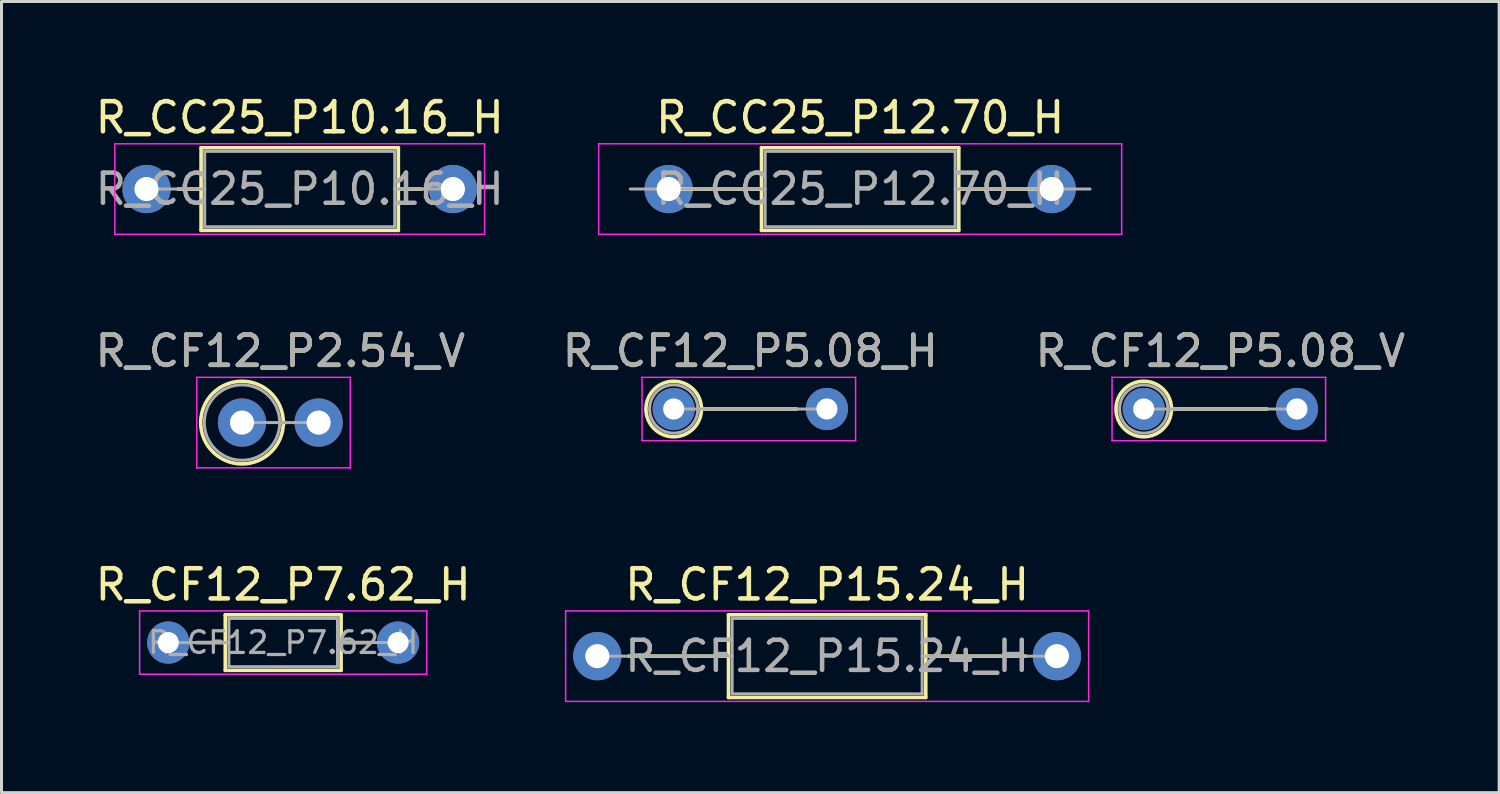
<source format=kicad_pcb>
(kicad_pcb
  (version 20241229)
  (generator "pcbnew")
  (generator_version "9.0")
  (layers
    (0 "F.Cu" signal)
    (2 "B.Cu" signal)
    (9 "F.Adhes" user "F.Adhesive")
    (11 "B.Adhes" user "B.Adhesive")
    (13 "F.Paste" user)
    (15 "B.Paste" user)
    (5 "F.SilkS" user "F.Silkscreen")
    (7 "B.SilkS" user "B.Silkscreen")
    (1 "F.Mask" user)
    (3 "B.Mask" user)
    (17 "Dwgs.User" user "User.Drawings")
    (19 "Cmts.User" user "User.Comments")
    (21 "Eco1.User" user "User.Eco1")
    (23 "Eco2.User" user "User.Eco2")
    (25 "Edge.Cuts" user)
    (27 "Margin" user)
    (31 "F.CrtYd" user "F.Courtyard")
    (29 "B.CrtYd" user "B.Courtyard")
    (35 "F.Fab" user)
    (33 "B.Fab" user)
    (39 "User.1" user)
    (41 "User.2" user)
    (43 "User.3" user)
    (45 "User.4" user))
  (footprint "R_CF12_P2.54_V"
    (layer "F.Cu")
    (at 6.244 10.961)
    (property "Reference" "R_CF12_P2.54_V" (at 0 -2.37 0) (layer "F.SilkS") (effects (font (size 1 1) (thickness 0.15))))
    (attr through_hole)
    (fp_line (start 0.1 0) (end 0.17 0) (stroke (width 0.12) (type solid)) (layer "F.SilkS"))
    (fp_circle (center -1.27 0) (end 0.1 0) (stroke (width 0.12) (type solid)) (fill no) (layer "F.SilkS"))
    (fp_line (start -2.77 -1.5) (end -2.77 1.5) (stroke (width 0.05) (type solid)) (layer "F.CrtYd"))
    (fp_line (start -2.77 1.5) (end 2.32 1.5) (stroke (width 0.05) (type solid)) (layer "F.CrtYd"))
    (fp_line (start 2.32 -1.5) (end -2.77 -1.5) (stroke (width 0.05) (type solid)) (layer "F.CrtYd"))
    (fp_line (start 2.32 1.5) (end 2.32 -1.5) (stroke (width 0.05) (type solid)) (layer "F.CrtYd"))
    (fp_line (start -1.27 0) (end 1.27 0) (stroke (width 0.1) (type solid)) (layer "F.Fab"))
    (fp_circle (center -1.27 0) (end -0.02 0) (stroke (width 0.1) (type solid)) (fill no) (layer "F.Fab"))
    (fp_text user "${REFERENCE}" (at 0 -2.37 0) (layer "F.Fab") (effects (font (size 1 1) (thickness 0.15))))
    (pad "1" thru_hole circle (at -1.27 0) (size 1.6 1.6) (drill 0.8) (layers "*.Cu" "*.Mask"))
    (pad "2" thru_hole oval (at 1.27 0) (size 1.6 1.6) (drill 0.8) (layers "*.Cu" "*.Mask")))
  (footprint "R_CF12_P5.08_H"
    (layer "F.Cu")
    (at 21.827 10.511)
    (property "Reference" "R_CF12_P5.08_H" (at 0 -1.92 0) (layer "F.SilkS") (effects (font (size 1 1) (thickness 0.15))))
    (attr through_hole)
    (fp_line (start -1.62 0) (end 1.54 0) (stroke (width 0.12) (type solid)) (layer "F.SilkS"))
    (fp_circle (center -2.54 0) (end -1.62 0) (stroke (width 0.12) (type solid)) (fill no) (layer "F.SilkS"))
    (fp_line (start -3.59 -1.05) (end -3.59 1.05) (stroke (width 0.05) (type solid)) (layer "F.CrtYd"))
    (fp_line (start -3.59 1.05) (end 3.49 1.05) (stroke (width 0.05) (type solid)) (layer "F.CrtYd"))
    (fp_line (start 3.49 -1.05) (end -3.59 -1.05) (stroke (width 0.05) (type solid)) (layer "F.CrtYd"))
    (fp_line (start 3.49 1.05) (end 3.49 -1.05) (stroke (width 0.05) (type solid)) (layer "F.CrtYd"))
    (fp_line (start -2.54 0) (end 2.54 0) (stroke (width 0.1) (type solid)) (layer "F.Fab"))
    (fp_circle (center -2.54 0) (end -1.74 0) (stroke (width 0.1) (type solid)) (fill no) (layer "F.Fab"))
    (fp_text user "${REFERENCE}" (at 0 -1.92 0) (layer "F.Fab") (effects (font (size 1 1) (thickness 0.15))))
    (pad "1" thru_hole circle (at -2.54 0) (size 1.4 1.4) (drill 0.7) (layers "*.Cu" "*.Mask"))
    (pad "2" thru_hole oval (at 2.54 0) (size 1.4 1.4) (drill 0.7) (layers "*.Cu" "*.Mask")))
  (footprint "R_CF12_P5.08_V"
    (layer "F.Cu")
    (at 37.411 10.511)
    (property "Reference" "R_CF12_P5.08_V" (at 0 -1.92 0) (layer "F.SilkS") (effects (font (size 1 1) (thickness 0.15))))
    (attr through_hole)
    (fp_line (start -1.62 0) (end 1.54 0) (stroke (width 0.12) (type solid)) (layer "F.SilkS"))
    (fp_circle (center -2.54 0) (end -1.62 0) (stroke (width 0.12) (type solid)) (fill no) (layer "F.SilkS"))
    (fp_line (start -3.59 -1.05) (end -3.59 1.05) (stroke (width 0.05) (type solid)) (layer "F.CrtYd"))
    (fp_line (start -3.59 1.05) (end 3.49 1.05) (stroke (width 0.05) (type solid)) (layer "F.CrtYd"))
    (fp_line (start 3.49 -1.05) (end -3.59 -1.05) (stroke (width 0.05) (type solid)) (layer "F.CrtYd"))
    (fp_line (start 3.49 1.05) (end 3.49 -1.05) (stroke (width 0.05) (type solid)) (layer "F.CrtYd"))
    (fp_line (start -2.54 0) (end 2.54 0) (stroke (width 0.1) (type solid)) (layer "F.Fab"))
    (fp_circle (center -2.54 0) (end -1.74 0) (stroke (width 0.1) (type solid)) (fill no) (layer "F.Fab"))
    (fp_text user "${REFERENCE}" (at 0 -1.92 0) (layer "F.Fab") (effects (font (size 1 1) (thickness 0.15))))
    (pad "1" thru_hole circle (at -2.54 0) (size 1.4 1.4) (drill 0.7) (layers "*.Cu" "*.Mask"))
    (pad "2" thru_hole oval (at 2.54 0) (size 1.4 1.4) (drill 0.7) (layers "*.Cu" "*.Mask")))
  (footprint "R_CC25_P12.70_H"
    (layer "F.Cu")
    (at 25.469 3.218)
    (property "Reference" "R_CC25_P12.70_H" (at 0 -2.37 0) (layer "F.SilkS") (effects (font (size 1 1) (thickness 0.15))))
    (attr through_hole)
    (fp_line (start -6.58 0) (end -3.27 0) (stroke (width 0.12) (type solid)) (layer "F.SilkS"))
    (fp_line (start -3.27 -1.37) (end -3.27 1.37) (stroke (width 0.12) (type solid)) (layer "F.SilkS"))
    (fp_line (start -3.27 1.37) (end 3.27 1.37) (stroke (width 0.12) (type solid)) (layer "F.SilkS"))
    (fp_line (start 3.27 -1.37) (end -3.27 -1.37) (stroke (width 0.12) (type solid)) (layer "F.SilkS"))
    (fp_line (start 3.27 1.37) (end 3.27 -1.37) (stroke (width 0.12) (type solid)) (layer "F.SilkS"))
    (fp_line (start 6.58 0) (end 3.27 0) (stroke (width 0.12) (type solid)) (layer "F.SilkS"))
    (fp_line (start -8.67 -1.5) (end -8.67 1.5) (stroke (width 0.05) (type solid)) (layer "F.CrtYd"))
    (fp_line (start -8.67 1.5) (end 8.67 1.5) (stroke (width 0.05) (type solid)) (layer "F.CrtYd"))
    (fp_line (start 8.67 -1.5) (end -8.67 -1.5) (stroke (width 0.05) (type solid)) (layer "F.CrtYd"))
    (fp_line (start 8.67 1.5) (end 8.67 -1.5) (stroke (width 0.05) (type solid)) (layer "F.CrtYd"))
    (fp_line (start -7.62 0) (end -3.15 0) (stroke (width 0.1) (type solid)) (layer "F.Fab"))
    (fp_line (start -3.15 -1.25) (end -3.15 1.25) (stroke (width 0.1) (type solid)) (layer "F.Fab"))
    (fp_line (start -3.15 1.25) (end 3.15 1.25) (stroke (width 0.1) (type solid)) (layer "F.Fab"))
    (fp_line (start 3.15 -1.25) (end -3.15 -1.25) (stroke (width 0.1) (type solid)) (layer "F.Fab"))
    (fp_line (start 3.15 1.25) (end 3.15 -1.25) (stroke (width 0.1) (type solid)) (layer "F.Fab"))
    (fp_line (start 7.62 0) (end 3.15 0) (stroke (width 0.1) (type solid)) (layer "F.Fab"))
    (fp_text user "${REFERENCE}" (at 0 0 0) (layer "F.Fab") (effects (font (size 1 1) (thickness 0.15))))
    (pad "1" thru_hole circle (at -6.35 0) (size 1.6 1.6) (drill 0.8) (layers "*.Cu" "*.Mask"))
    (pad "2" thru_hole oval (at 6.35 0) (size 1.6 1.6) (drill 0.8) (layers "*.Cu" "*.Mask")))
  (footprint "R_CF12_P7.62_H"
    (layer "F.Cu")
    (at 6.339 18.255)
    (property "Reference" "R_CF12_P7.62_H" (at 0 -1.92 0) (layer "F.SilkS") (effects (font (size 1 1) (thickness 0.15))))
    (attr through_hole)
    (fp_line (start -2.87 0) (end -1.92 0) (stroke (width 0.12) (type solid)) (layer "F.SilkS"))
    (fp_line (start -1.92 -0.92) (end -1.92 0.92) (stroke (width 0.12) (type solid)) (layer "F.SilkS"))
    (fp_line (start -1.92 0.92) (end 1.92 0.92) (stroke (width 0.12) (type solid)) (layer "F.SilkS"))
    (fp_line (start 1.92 -0.92) (end -1.92 -0.92) (stroke (width 0.12) (type solid)) (layer "F.SilkS"))
    (fp_line (start 1.92 0.92) (end 1.92 -0.92) (stroke (width 0.12) (type solid)) (layer "F.SilkS"))
    (fp_line (start 2.87 0) (end 1.92 0) (stroke (width 0.12) (type solid)) (layer "F.SilkS"))
    (fp_line (start -4.76 -1.05) (end -4.76 1.05) (stroke (width 0.05) (type solid)) (layer "F.CrtYd"))
    (fp_line (start -4.76 1.05) (end 4.76 1.05) (stroke (width 0.05) (type solid)) (layer "F.CrtYd"))
    (fp_line (start 4.76 -1.05) (end -4.76 -1.05) (stroke (width 0.05) (type solid)) (layer "F.CrtYd"))
    (fp_line (start 4.76 1.05) (end 4.76 -1.05) (stroke (width 0.05) (type solid)) (layer "F.CrtYd"))
    (fp_line (start -3.81 0) (end -1.8 0) (stroke (width 0.1) (type solid)) (layer "F.Fab"))
    (fp_line (start -1.8 -0.8) (end -1.8 0.8) (stroke (width 0.1) (type solid)) (layer "F.Fab"))
    (fp_line (start -1.8 0.8) (end 1.8 0.8) (stroke (width 0.1) (type solid)) (layer "F.Fab"))
    (fp_line (start 1.8 -0.8) (end -1.8 -0.8) (stroke (width 0.1) (type solid)) (layer "F.Fab"))
    (fp_line (start 1.8 0.8) (end 1.8 -0.8) (stroke (width 0.1) (type solid)) (layer "F.Fab"))
    (fp_line (start 3.81 0) (end 1.8 0) (stroke (width 0.1) (type solid)) (layer "F.Fab"))
    (fp_text user "${REFERENCE}" (at 0 0 0) (layer "F.Fab") (effects (font (size 0.72 0.72) (thickness 0.108))))
    (pad "1" thru_hole circle (at -3.81 0) (size 1.4 1.4) (drill 0.7) (layers "*.Cu" "*.Mask"))
    (pad "2" thru_hole oval (at 3.81 0) (size 1.4 1.4) (drill 0.7) (layers "*.Cu" "*.Mask")))
  (footprint "R_CC25_P10.16_H"
    (layer "F.Cu")
    (at 6.887 3.218)
    (property "Reference" "R_CC25_P10.16_H" (at 0 -2.37 0) (layer "F.SilkS") (effects (font (size 1 1) (thickness 0.15))))
    (attr through_hole)
    (fp_line (start -4.04 0) (end -3.27 0) (stroke (width 0.12) (type solid)) (layer "F.SilkS"))
    (fp_line (start -3.27 -1.37) (end -3.27 1.37) (stroke (width 0.12) (type solid)) (layer "F.SilkS"))
    (fp_line (start -3.27 1.37) (end 3.27 1.37) (stroke (width 0.12) (type solid)) (layer "F.SilkS"))
    (fp_line (start 3.27 -1.37) (end -3.27 -1.37) (stroke (width 0.12) (type solid)) (layer "F.SilkS"))
    (fp_line (start 3.27 1.37) (end 3.27 -1.37) (stroke (width 0.12) (type solid)) (layer "F.SilkS"))
    (fp_line (start 4.04 0) (end 3.27 0) (stroke (width 0.12) (type solid)) (layer "F.SilkS"))
    (fp_line (start -6.13 -1.5) (end -6.13 1.5) (stroke (width 0.05) (type solid)) (layer "F.CrtYd"))
    (fp_line (start -6.13 1.5) (end 6.13 1.5) (stroke (width 0.05) (type solid)) (layer "F.CrtYd"))
    (fp_line (start 6.13 -1.5) (end -6.13 -1.5) (stroke (width 0.05) (type solid)) (layer "F.CrtYd"))
    (fp_line (start 6.13 1.5) (end 6.13 -1.5) (stroke (width 0.05) (type solid)) (layer "F.CrtYd"))
    (fp_line (start -5.08 0) (end -3.15 0) (stroke (width 0.1) (type solid)) (layer "F.Fab"))
    (fp_line (start -3.15 -1.25) (end -3.15 1.25) (stroke (width 0.1) (type solid)) (layer "F.Fab"))
    (fp_line (start -3.15 1.25) (end 3.15 1.25) (stroke (width 0.1) (type solid)) (layer "F.Fab"))
    (fp_line (start 3.15 -1.25) (end -3.15 -1.25) (stroke (width 0.1) (type solid)) (layer "F.Fab"))
    (fp_line (start 3.15 1.25) (end 3.15 -1.25) (stroke (width 0.1) (type solid)) (layer "F.Fab"))
    (fp_line (start 5.08 0) (end 3.15 0) (stroke (width 0.1) (type solid)) (layer "F.Fab"))
    (fp_text user "${REFERENCE}" (at 0 0 0) (layer "F.Fab") (effects (font (size 1 1) (thickness 0.15))))
    (pad "1" thru_hole circle (at -5.08 0) (size 1.6 1.6) (drill 0.8) (layers "*.Cu" "*.Mask"))
    (pad "2" thru_hole oval (at 5.08 0) (size 1.6 1.6) (drill 0.8) (layers "*.Cu" "*.Mask")))
  (footprint "R_CF12_P15.24_H"
    (layer "F.Cu")
    (at 24.374 18.705)
    (property "Reference" "R_CF12_P15.24_H" (at 0 -2.37 0) (layer "F.SilkS") (effects (font (size 1 1) (thickness 0.15))))
    (attr through_hole)
    (fp_line (start -6.58 0) (end -3.27 0) (stroke (width 0.12) (type solid)) (layer "F.SilkS"))
    (fp_line (start -3.27 -1.37) (end -3.27 1.37) (stroke (width 0.12) (type solid)) (layer "F.SilkS"))
    (fp_line (start -3.27 1.37) (end 3.27 1.37) (stroke (width 0.12) (type solid)) (layer "F.SilkS"))
    (fp_line (start 3.27 -1.37) (end -3.27 -1.37) (stroke (width 0.12) (type solid)) (layer "F.SilkS"))
    (fp_line (start 3.27 1.37) (end 3.27 -1.37) (stroke (width 0.12) (type solid)) (layer "F.SilkS"))
    (fp_line (start 6.58 0) (end 3.27 0) (stroke (width 0.12) (type solid)) (layer "F.SilkS"))
    (fp_line (start -8.67 -1.5) (end -8.67 1.5) (stroke (width 0.05) (type solid)) (layer "F.CrtYd"))
    (fp_line (start -8.67 1.5) (end 8.67 1.5) (stroke (width 0.05) (type solid)) (layer "F.CrtYd"))
    (fp_line (start 8.67 -1.5) (end -8.67 -1.5) (stroke (width 0.05) (type solid)) (layer "F.CrtYd"))
    (fp_line (start 8.67 1.5) (end 8.67 -1.5) (stroke (width 0.05) (type solid)) (layer "F.CrtYd"))
    (fp_line (start -7.62 0) (end -3.15 0) (stroke (width 0.1) (type solid)) (layer "F.Fab"))
    (fp_line (start -3.15 -1.25) (end -3.15 1.25) (stroke (width 0.1) (type solid)) (layer "F.Fab"))
    (fp_line (start -3.15 1.25) (end 3.15 1.25) (stroke (width 0.1) (type solid)) (layer "F.Fab"))
    (fp_line (start 3.15 -1.25) (end -3.15 -1.25) (stroke (width 0.1) (type solid)) (layer "F.Fab"))
    (fp_line (start 3.15 1.25) (end 3.15 -1.25) (stroke (width 0.1) (type solid)) (layer "F.Fab"))
    (fp_line (start 7.62 0) (end 3.15 0) (stroke (width 0.1) (type solid)) (layer "F.Fab"))
    (fp_text user "${REFERENCE}" (at 0 0 0) (layer "F.Fab") (effects (font (size 1 1) (thickness 0.15))))
    (pad "1" thru_hole circle (at -7.62 0) (size 1.6 1.6) (drill 0.8) (layers "*.Cu" "*.Mask"))
    (pad "2" thru_hole oval (at 7.62 0) (size 1.6 1.6) (drill 0.8) (layers "*.Cu" "*.Mask")))
  (gr_rect
    (start -3 -3)
    (end 46.655 23.23)
    (stroke (width 0.1) (type default))
    (fill no)
    (layer "Edge.Cuts")))
</source>
